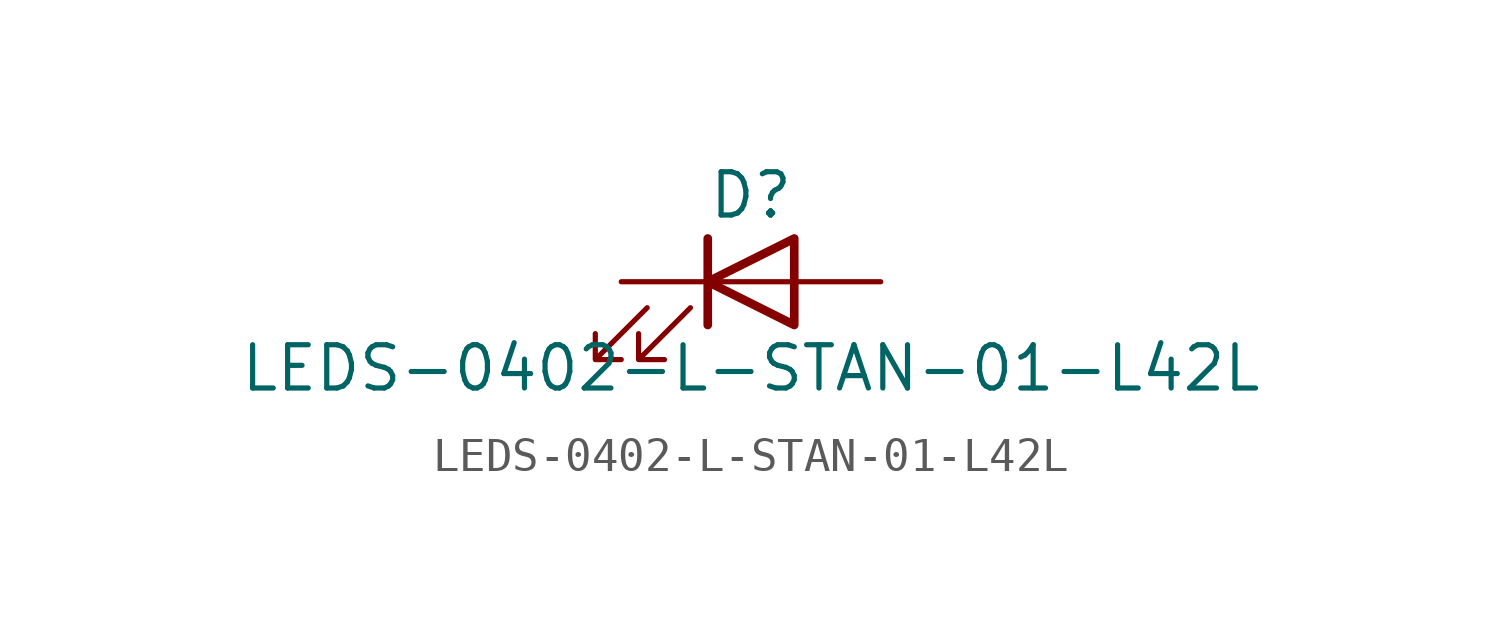
<source format=kicad_sym>
(kicad_symbol_lib
  (version 20211014)
  (generator kicad_symbol_editor)
  (symbol "LEDS-0402-L-STAN-01-L42L"
    (pin_numbers hide)
    (pin_names
      (offset 1.016) hide)
    (property "Reference" "D"
      (at 0 2.54 0)
      (effects (font (size 1.27 1.27))))
    (property "Value" "LEDS-0402-L-STAN-01-L42L"
      (at 0 -2.54 0)
      (effects (font (size 1.27 1.27))))
    (symbol "LEDS-0402-L-STAN-01-L42L_0_1"
      (polyline (pts (xy -1.27 -1.27) (xy -1.27 1.27)) (stroke (width 0.254) (type default) (color 0 0 0 0)) (fill (type none)))
      (polyline (pts (xy -1.27 0) (xy 1.27 0)) (stroke (width 0) (type default) (color 0 0 0 0)) (fill (type none)))
      (polyline (pts (xy 1.27 -1.27) (xy 1.27 1.27) (xy -1.27 0) (xy 1.27 -1.27)) (stroke (width 0.254) (type default) (color 0 0 0 0)) (fill (type none)))
      (polyline (pts (xy -3.048 -0.762) (xy -4.572 -2.286) (xy -3.81 -2.286) (xy -4.572 -2.286) (xy -4.572 -1.524)) (stroke (width 0) (type default) (color 0 0 0 0)) (fill (type none)))
      (polyline (pts (xy -1.778 -0.762) (xy -3.302 -2.286) (xy -2.54 -2.286) (xy -3.302 -2.286) (xy -3.302 -1.524)) (stroke (width 0) (type default) (color 0 0 0 0)) (fill (type none))))
    (symbol "LEDS-0402-L-STAN-01-L42L_1_1"
      (pin passive line (at -3.81 0 0) (length 2.54) (name "K" (effects (font (size 1.27 1.27)))) (number "1" (effects (font (size 1.27 1.27)))))
      (pin passive line (at 3.81 0 180) (length 2.54) (name "A" (effects (font (size 1.27 1.27)))) (number "2" (effects (font (size 1.27 1.27))))))))
</source>
